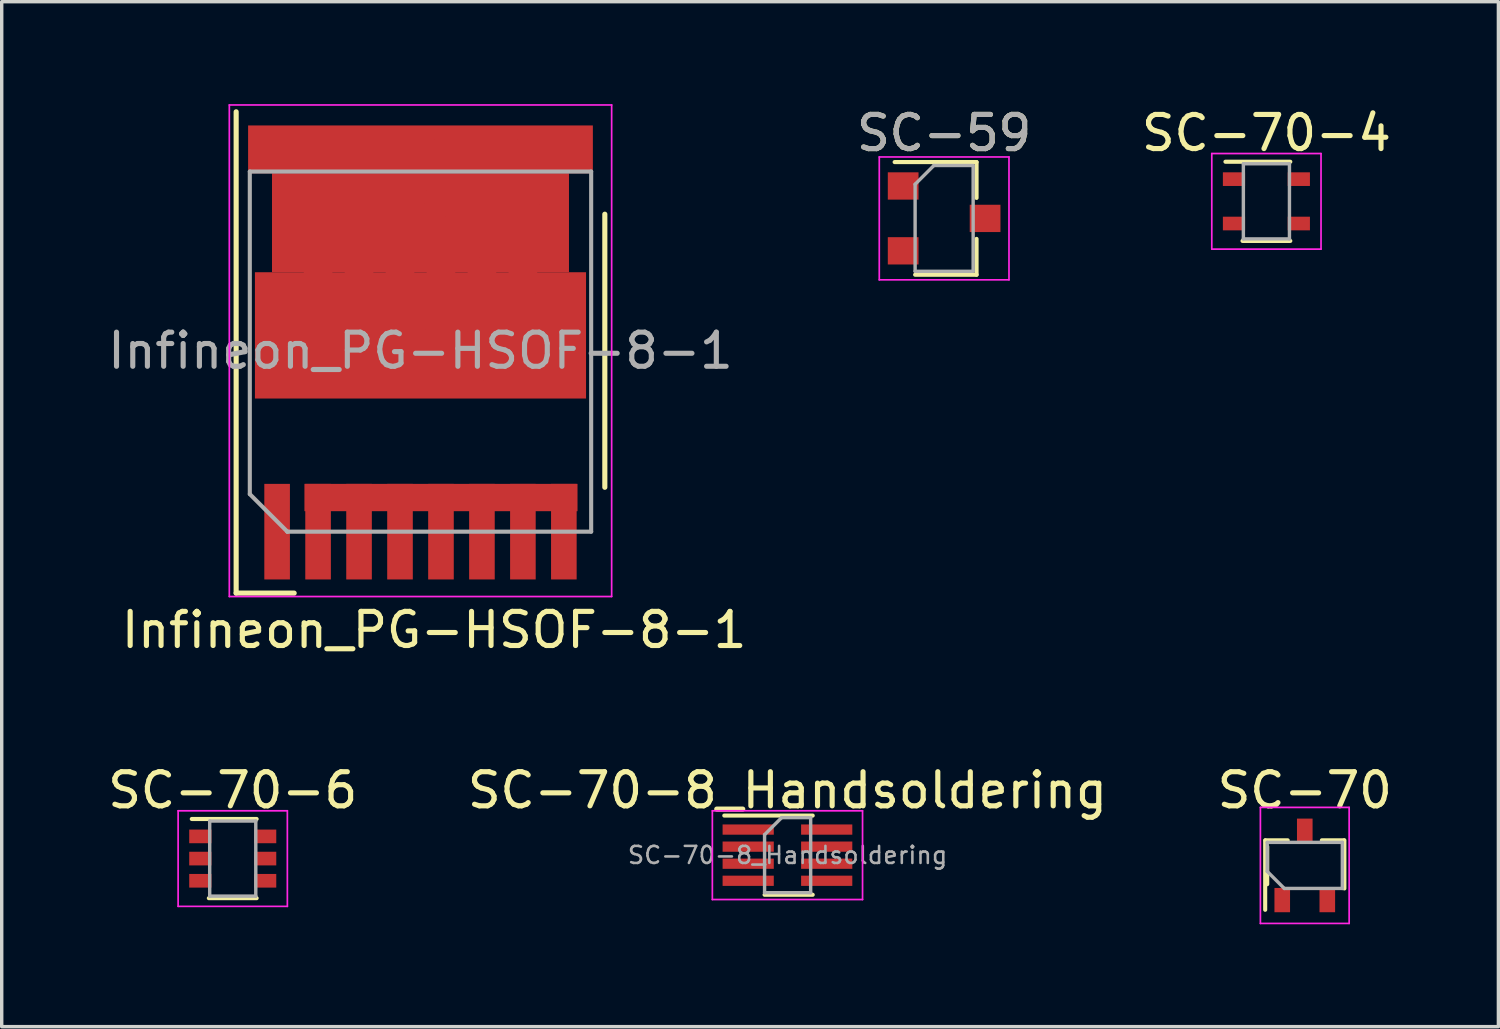
<source format=kicad_pcb>
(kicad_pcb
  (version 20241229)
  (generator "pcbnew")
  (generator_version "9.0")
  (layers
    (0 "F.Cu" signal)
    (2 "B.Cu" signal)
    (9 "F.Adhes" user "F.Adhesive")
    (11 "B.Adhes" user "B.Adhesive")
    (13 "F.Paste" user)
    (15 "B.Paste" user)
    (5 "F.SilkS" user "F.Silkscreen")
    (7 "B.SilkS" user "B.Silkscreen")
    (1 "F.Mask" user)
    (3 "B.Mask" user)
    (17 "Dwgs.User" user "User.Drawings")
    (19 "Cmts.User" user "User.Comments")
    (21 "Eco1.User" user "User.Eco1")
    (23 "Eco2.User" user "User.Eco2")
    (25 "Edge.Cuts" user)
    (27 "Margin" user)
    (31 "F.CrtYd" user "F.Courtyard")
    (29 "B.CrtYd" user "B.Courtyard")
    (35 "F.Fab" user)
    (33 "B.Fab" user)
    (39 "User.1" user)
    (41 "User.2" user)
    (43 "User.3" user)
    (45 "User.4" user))
  (footprint "SC-59"
    (layer "F.Cu")
    (at 24.608 3.348)
    (property "Reference" "SC-59" (at 0 -2.5 0) (layer "F.SilkS") (effects (font (size 1 1) (thickness 0.15))))
    (attr smd)
    (fp_line (start -1.45 -1.65) (end 0.95 -1.65) (stroke (width 0.12) (type solid)) (layer "F.SilkS"))
    (fp_line (start -0.85 1.65) (end 0.95 1.65) (stroke (width 0.12) (type solid)) (layer "F.SilkS"))
    (fp_line (start 0.95 -1.65) (end 0.95 -0.6) (stroke (width 0.12) (type solid)) (layer "F.SilkS"))
    (fp_line (start 0.95 1.65) (end 0.95 0.6) (stroke (width 0.12) (type solid)) (layer "F.SilkS"))
    (fp_line (start -1.9 -1.8) (end -1.9 1.8) (stroke (width 0.05) (type solid)) (layer "F.CrtYd"))
    (fp_line (start -1.9 -1.8) (end 1.9 -1.8) (stroke (width 0.05) (type solid)) (layer "F.CrtYd"))
    (fp_line (start 1.9 1.8) (end -1.9 1.8) (stroke (width 0.05) (type solid)) (layer "F.CrtYd"))
    (fp_line (start 1.9 1.8) (end 1.9 -1.8) (stroke (width 0.05) (type solid)) (layer "F.CrtYd"))
    (fp_line (start -0.85 1.55) (end -0.85 -1) (stroke (width 0.1) (type solid)) (layer "F.Fab"))
    (fp_line (start -0.85 1.55) (end 0.85 1.55) (stroke (width 0.1) (type solid)) (layer "F.Fab"))
    (fp_line (start -0.3 -1.55) (end -0.85 -1) (stroke (width 0.1) (type solid)) (layer "F.Fab"))
    (fp_line (start -0.3 -1.55) (end 0.85 -1.55) (stroke (width 0.1) (type solid)) (layer "F.Fab"))
    (fp_line (start 0.85 -1.52) (end 0.85 1.52) (stroke (width 0.1) (type solid)) (layer "F.Fab"))
    (fp_text user "${REFERENCE}" (at 0 -2.5 0) (layer "F.Fab") (effects (font (size 1 1) (thickness 0.15))))
    (pad "1" smd rect (at -1.2 -0.95) (size 0.9 0.8) (layers "F.Cu" "F.Mask" "F.Paste"))
    (pad "2" smd rect (at -1.2 0.95) (size 0.9 0.8) (layers "F.Cu" "F.Mask" "F.Paste"))
    (pad "3" smd rect (at 1.2 0) (size 0.9 0.8) (layers "F.Cu" "F.Mask" "F.Paste")))
  (footprint "SC-70-4"
    (layer "F.Cu")
    (at 34.049 2.848)
    (property "Reference" "SC-70-4" (at 0 -2 0) (layer "F.SilkS") (effects (font (size 1 1) (thickness 0.15))))
    (attr smd)
    (fp_line (start -0.7 1.16) (end 0.7 1.16) (stroke (width 0.12) (type solid)) (layer "F.SilkS"))
    (fp_line (start 0.7 -1.16) (end -1.2 -1.16) (stroke (width 0.12) (type solid)) (layer "F.SilkS"))
    (fp_line (start -1.6 -1.4) (end -1.6 1.4) (stroke (width 0.05) (type solid)) (layer "F.CrtYd"))
    (fp_line (start -1.6 -1.4) (end 1.6 -1.4) (stroke (width 0.05) (type solid)) (layer "F.CrtYd"))
    (fp_line (start -1.6 1.4) (end 1.6 1.4) (stroke (width 0.05) (type solid)) (layer "F.CrtYd"))
    (fp_line (start 1.6 1.4) (end 1.6 -1.4) (stroke (width 0.05) (type solid)) (layer "F.CrtYd"))
    (fp_line (start -0.675 -1.1) (end -0.675 1.1) (stroke (width 0.1) (type solid)) (layer "F.Fab"))
    (fp_line (start 0.675 -1.1) (end -0.675 -1.1) (stroke (width 0.1) (type solid)) (layer "F.Fab"))
    (fp_line (start 0.675 -1.1) (end 0.675 1.1) (stroke (width 0.1) (type solid)) (layer "F.Fab"))
    (fp_line (start 0.675 1.1) (end -0.675 1.1) (stroke (width 0.1) (type solid)) (layer "F.Fab"))
    (pad "1" smd rect (at -0.95 -0.65) (size 0.65 0.4) (layers "F.Cu" "F.Mask" "F.Paste"))
    (pad "2" smd rect (at -0.95 0.65) (size 0.65 0.4) (layers "F.Cu" "F.Mask" "F.Paste"))
    (pad "3" smd rect (at 0.95 0.65) (size 0.65 0.4) (layers "F.Cu" "F.Mask" "F.Paste"))
    (pad "4" smd rect (at 0.95 -0.65) (size 0.65 0.4) (layers "F.Cu" "F.Mask" "F.Paste")))
  (footprint "SC-70-8_Handsoldering"
    (layer "F.Cu")
    (at 20.018 22.002)
    (property "Reference" "SC-70-8_Handsoldering" (at 0 -1.9 0) (layer "F.SilkS") (effects (font (size 1 1) (thickness 0.15))))
    (attr smd)
    (fp_line (start -0.67 1.16) (end 0.74 1.16) (stroke (width 0.12) (type solid)) (layer "F.SilkS"))
    (fp_line (start 0.74 -1.16) (end -1.85 -1.16) (stroke (width 0.12) (type solid)) (layer "F.SilkS"))
    (fp_line (start -2.2 -1.3) (end 2.2 -1.3) (stroke (width 0.05) (type solid)) (layer "F.CrtYd"))
    (fp_line (start -2.2 1.3) (end -2.2 -1.3) (stroke (width 0.05) (type solid)) (layer "F.CrtYd"))
    (fp_line (start 2.2 -1.3) (end 2.2 1.3) (stroke (width 0.05) (type solid)) (layer "F.CrtYd"))
    (fp_line (start 2.2 1.3) (end -2.2 1.3) (stroke (width 0.05) (type solid)) (layer "F.CrtYd"))
    (fp_line (start -0.67 -0.6) (end -0.67 1.1) (stroke (width 0.1) (type solid)) (layer "F.Fab"))
    (fp_line (start -0.17 -1.1) (end -0.67 -0.6) (stroke (width 0.1) (type solid)) (layer "F.Fab"))
    (fp_line (start 0.68 -1.1) (end -0.17 -1.1) (stroke (width 0.1) (type solid)) (layer "F.Fab"))
    (fp_line (start 0.68 -1.1) (end 0.68 1.1) (stroke (width 0.1) (type solid)) (layer "F.Fab"))
    (fp_line (start 0.68 1.1) (end -0.67 1.1) (stroke (width 0.1) (type solid)) (layer "F.Fab"))
    (fp_text user "${REFERENCE}" (at 0.005 0 0) (layer "F.Fab") (effects (font (size 0.5 0.5) (thickness 0.075))))
    (pad "1" smd rect (at -1.15 -0.75 270) (size 0.3 1.5) (layers "F.Cu" "F.Mask" "F.Paste"))
    (pad "2" smd rect (at -1.15 -0.25 270) (size 0.3 1.5) (layers "F.Cu" "F.Mask" "F.Paste"))
    (pad "3" smd rect (at -1.15 0.25 270) (size 0.3 1.5) (layers "F.Cu" "F.Mask" "F.Paste"))
    (pad "4" smd rect (at -1.15 0.75 270) (size 0.3 1.5) (layers "F.Cu" "F.Mask" "F.Paste"))
    (pad "5" smd rect (at 1.15 0.75 270) (size 0.3 1.5) (layers "F.Cu" "F.Mask" "F.Paste"))
    (pad "6" smd rect (at 1.15 0.25 270) (size 0.3 1.5) (layers "F.Cu" "F.Mask" "F.Paste"))
    (pad "7" smd rect (at 1.15 -0.25 270) (size 0.3 1.5) (layers "F.Cu" "F.Mask" "F.Paste"))
    (pad "8" smd rect (at 1.15 -0.75 270) (size 0.3 1.5) (layers "F.Cu" "F.Mask" "F.Paste")))
  (footprint "SC-70-6"
    (layer "F.Cu")
    (at 3.768 22.102)
    (property "Reference" "SC-70-6" (at 0 -2 0) (layer "F.SilkS") (effects (font (size 1 1) (thickness 0.15))))
    (attr smd)
    (fp_line (start -0.7 1.16) (end 0.7 1.16) (stroke (width 0.12) (type solid)) (layer "F.SilkS"))
    (fp_line (start 0.7 -1.16) (end -1.2 -1.16) (stroke (width 0.12) (type solid)) (layer "F.SilkS"))
    (fp_line (start -1.6 -1.4) (end -1.6 1.4) (stroke (width 0.05) (type solid)) (layer "F.CrtYd"))
    (fp_line (start -1.6 -1.4) (end 1.6 -1.4) (stroke (width 0.05) (type solid)) (layer "F.CrtYd"))
    (fp_line (start -1.6 1.4) (end 1.6 1.4) (stroke (width 0.05) (type solid)) (layer "F.CrtYd"))
    (fp_line (start 1.6 1.4) (end 1.6 -1.4) (stroke (width 0.05) (type solid)) (layer "F.CrtYd"))
    (fp_line (start -0.675 -1.1) (end -0.675 1.1) (stroke (width 0.1) (type solid)) (layer "F.Fab"))
    (fp_line (start 0.675 -1.1) (end -0.675 -1.1) (stroke (width 0.1) (type solid)) (layer "F.Fab"))
    (fp_line (start 0.675 -1.1) (end 0.675 1.1) (stroke (width 0.1) (type solid)) (layer "F.Fab"))
    (fp_line (start 0.675 1.1) (end -0.675 1.1) (stroke (width 0.1) (type solid)) (layer "F.Fab"))
    (pad "1" smd rect (at -0.95 -0.65) (size 0.65 0.4) (layers "F.Cu" "F.Mask" "F.Paste"))
    (pad "2" smd rect (at -0.95 0) (size 0.65 0.4) (layers "F.Cu" "F.Mask" "F.Paste"))
    (pad "3" smd rect (at -0.95 0.65) (size 0.65 0.4) (layers "F.Cu" "F.Mask" "F.Paste"))
    (pad "4" smd rect (at 0.95 0.65) (size 0.65 0.4) (layers "F.Cu" "F.Mask" "F.Paste"))
    (pad "5" smd rect (at 0.95 0) (size 0.65 0.4) (layers "F.Cu" "F.Mask" "F.Paste"))
    (pad "6" smd rect (at 0.95 -0.65) (size 0.65 0.4) (layers "F.Cu" "F.Mask" "F.Paste")))
  (footprint "Infineon_PG-HSOF-8-1"
    (layer "F.Cu")
    (at 9.268 6.925)
    (property "Reference" "Infineon_PG-HSOF-8-1" (at 0.4 8.48 0) (layer "F.SilkS") (effects (font (size 1 1) (thickness 0.15))))
    (attr smd)
    (fp_line (start -5.4 -6.7) (end -5.4 7.4) (stroke (width 0.15) (type solid)) (layer "F.SilkS"))
    (fp_line (start -5.4 7.4) (end -3.7 7.4) (stroke (width 0.15) (type solid)) (layer "F.SilkS"))
    (fp_line (start 5.4 4.3) (end 5.4 -3.7) (stroke (width 0.15) (type solid)) (layer "F.SilkS"))
    (fp_line (start -5.6 -6.9) (end -5.6 7.5) (stroke (width 0.05) (type solid)) (layer "F.CrtYd"))
    (fp_line (start -5.6 -6.9) (end 5.6 -6.9) (stroke (width 0.05) (type solid)) (layer "F.CrtYd"))
    (fp_line (start 5.6 7.5) (end -5.6 7.5) (stroke (width 0.05) (type solid)) (layer "F.CrtYd"))
    (fp_line (start 5.6 7.5) (end 5.6 -6.9) (stroke (width 0.05) (type solid)) (layer "F.CrtYd"))
    (fp_line (start -5 -4.95) (end 5 -4.95) (stroke (width 0.12) (type solid)) (layer "F.Fab"))
    (fp_line (start -5 4.5) (end -5 -4.95) (stroke (width 0.12) (type solid)) (layer "F.Fab"))
    (fp_line (start -5 4.5) (end -3.9 5.6) (stroke (width 0.12) (type solid)) (layer "F.Fab"))
    (fp_line (start -3.9 5.6) (end -3.9 5.6) (stroke (width 0.12) (type solid)) (layer "F.Fab"))
    (fp_line (start 5 -4.95) (end 5 5.6) (stroke (width 0.12) (type solid)) (layer "F.Fab"))
    (fp_line (start 5 5.6) (end -3.9 5.6) (stroke (width 0.12) (type solid)) (layer "F.Fab"))
    (fp_text user "${REFERENCE}" (at 0 0.3 0) (layer "F.Fab") (effects (font (size 1 1) (thickness 0.15))))
    (pad "1" smd rect (at -4.2 5.6) (size 0.75 2.8) (layers "F.Cu" "F.Mask" "F.Paste"))
    (pad "2" smd rect (at -3 5.6) (size 0.75 2.8) (layers "F.Cu" "F.Mask" "F.Paste"))
    (pad "2" smd rect (at 0.6 4.6) (size 8 0.8) (layers "F.Cu" "F.Mask"))
    (pad "3" smd rect (at -1.8 5.6) (size 0.75 2.8) (layers "F.Cu" "F.Mask" "F.Paste"))
    (pad "4" smd rect (at -0.6 5.6) (size 0.75 2.8) (layers "F.Cu" "F.Mask" "F.Paste"))
    (pad "5" smd rect (at 0.6 5.6) (size 0.75 2.8) (layers "F.Cu" "F.Mask" "F.Paste"))
    (pad "6" smd rect (at 1.8 5.6) (size 0.75 2.8) (layers "F.Cu" "F.Mask" "F.Paste"))
    (pad "7" smd rect (at 3 5.6) (size 0.75 2.8) (layers "F.Cu" "F.Mask" "F.Paste"))
    (pad "8" smd rect (at 4.2 5.6) (size 0.75 2.8) (layers "F.Cu" "F.Mask" "F.Paste"))
    (pad "9" smd circle (at -4.2 -5.42) (size 1 1) (layers "F.Cu" "F.Mask" "F.Paste"))
    (pad "9" smd circle (at -4.2 -0.52) (size 1 1) (layers "F.Cu" "F.Mask" "F.Paste"))
    (pad "9" smd circle (at -4.2 0.68) (size 1 1) (layers "F.Cu" "F.Mask" "F.Paste"))
    (pad "9" smd circle (at -3 -5.42) (size 1 1) (layers "F.Cu" "F.Mask" "F.Paste"))
    (pad "9" smd circle (at -3 -4.12) (size 1 1) (layers "F.Cu" "F.Mask" "F.Paste"))
    (pad "9" smd circle (at -3 -2.92) (size 1 1) (layers "F.Cu" "F.Mask" "F.Paste"))
    (pad "9" smd circle (at -3 -1.72) (size 1 1) (layers "F.Cu" "F.Mask" "F.Paste"))
    (pad "9" smd circle (at -3 -0.52) (size 1 1) (layers "F.Cu" "F.Mask" "F.Paste"))
    (pad "9" smd circle (at -3 0.68) (size 1 1) (layers "F.Cu" "F.Mask" "F.Paste"))
    (pad "9" smd circle (at -1.8 -5.42) (size 1 1) (layers "F.Cu" "F.Mask" "F.Paste"))
    (pad "9" smd circle (at -1.8 -4.12) (size 1 1) (layers "F.Cu" "F.Mask" "F.Paste"))
    (pad "9" smd circle (at -1.8 -2.92) (size 1 1) (layers "F.Cu" "F.Mask" "F.Paste"))
    (pad "9" smd circle (at -1.8 -1.72) (size 1 1) (layers "F.Cu" "F.Mask" "F.Paste"))
    (pad "9" smd circle (at -1.8 -0.52) (size 1 1) (layers "F.Cu" "F.Mask" "F.Paste"))
    (pad "9" smd circle (at -1.8 0.68) (size 1 1) (layers "F.Cu" "F.Mask" "F.Paste"))
    (pad "9" smd circle (at -0.6 -5.42) (size 1 1) (layers "F.Cu" "F.Mask" "F.Paste"))
    (pad "9" smd circle (at -0.6 -4.12) (size 1 1) (layers "F.Cu" "F.Mask" "F.Paste"))
    (pad "9" smd circle (at -0.6 -2.92) (size 1 1) (layers "F.Cu" "F.Mask" "F.Paste"))
    (pad "9" smd circle (at -0.6 -1.72) (size 1 1) (layers "F.Cu" "F.Mask" "F.Paste"))
    (pad "9" smd circle (at -0.6 -0.52) (size 1 1) (layers "F.Cu" "F.Mask" "F.Paste"))
    (pad "9" smd circle (at -0.6 0.68) (size 1 1) (layers "F.Cu" "F.Mask" "F.Paste"))
    (pad "9" smd rect (at 0 -5.6) (size 10.1 1.4) (layers "F.Cu" "F.Mask"))
    (pad "9" smd rect (at 0 -3.45) (size 8.7 2.9) (layers "F.Cu" "F.Mask"))
    (pad "9" smd rect (at 0 -0.15) (size 9.7 3.7) (layers "F.Cu" "F.Mask"))
    (pad "9" smd circle (at 0.6 -5.42) (size 1 1) (layers "F.Cu" "F.Mask" "F.Paste"))
    (pad "9" smd circle (at 0.6 -4.12) (size 1 1) (layers "F.Cu" "F.Mask" "F.Paste"))
    (pad "9" smd circle (at 0.6 -2.92) (size 1 1) (layers "F.Cu" "F.Mask" "F.Paste"))
    (pad "9" smd circle (at 0.6 -1.72) (size 1 1) (layers "F.Cu" "F.Mask" "F.Paste"))
    (pad "9" smd circle (at 0.6 -0.52) (size 1 1) (layers "F.Cu" "F.Mask" "F.Paste"))
    (pad "9" smd circle (at 0.6 0.68) (size 1 1) (layers "F.Cu" "F.Mask" "F.Paste"))
    (pad "9" smd circle (at 1.8 -5.42) (size 1 1) (layers "F.Cu" "F.Mask" "F.Paste"))
    (pad "9" smd circle (at 1.8 -4.12) (size 1 1) (layers "F.Cu" "F.Mask" "F.Paste"))
    (pad "9" smd circle (at 1.8 -2.92) (size 1 1) (layers "F.Cu" "F.Mask" "F.Paste"))
    (pad "9" smd circle (at 1.8 -1.72) (size 1 1) (layers "F.Cu" "F.Mask" "F.Paste"))
    (pad "9" smd circle (at 1.8 -0.52) (size 1 1) (layers "F.Cu" "F.Mask" "F.Paste"))
    (pad "9" smd circle (at 1.8 0.68) (size 1 1) (layers "F.Cu" "F.Mask" "F.Paste"))
    (pad "9" smd circle (at 3 -5.42) (size 1 1) (layers "F.Cu" "F.Mask" "F.Paste"))
    (pad "9" smd circle (at 3 -4.12) (size 1 1) (layers "F.Cu" "F.Mask" "F.Paste"))
    (pad "9" smd circle (at 3 -2.92) (size 1 1) (layers "F.Cu" "F.Mask" "F.Paste"))
    (pad "9" smd circle (at 3 -1.72) (size 1 1) (layers "F.Cu" "F.Mask" "F.Paste"))
    (pad "9" smd circle (at 3 -0.52) (size 1 1) (layers "F.Cu" "F.Mask" "F.Paste"))
    (pad "9" smd circle (at 3 0.68) (size 1 1) (layers "F.Cu" "F.Mask" "F.Paste"))
    (pad "9" smd circle (at 4.2 -5.42) (size 1 1) (layers "F.Cu" "F.Mask" "F.Paste"))
    (pad "9" smd circle (at 4.2 -0.52) (size 1 1) (layers "F.Cu" "F.Mask" "F.Paste"))
    (pad "9" smd circle (at 4.2 0.68) (size 1 1) (layers "F.Cu" "F.Mask" "F.Paste")))
  (footprint "SC-70"
    (layer "F.Cu")
    (at 35.173 22.302)
    (property "Reference" "SC-70" (at 0 -2.2 0) (layer "F.SilkS") (effects (font (size 1 1) (thickness 0.15))))
    (attr smd)
    (fp_line (start -1.16 -0.735) (end -1.16 1.3) (stroke (width 0.12) (type solid)) (layer "F.SilkS"))
    (fp_line (start -1.15 -0.735) (end -0.5 -0.735) (stroke (width 0.12) (type solid)) (layer "F.SilkS"))
    (fp_line (start -1.1 -0.55) (end -1.1 0.55) (stroke (width 0.12) (type solid)) (layer "F.SilkS"))
    (fp_line (start 0.5 -0.735) (end 1.15 -0.735) (stroke (width 0.12) (type solid)) (layer "F.SilkS"))
    (fp_line (start 1.16 0.675) (end 1.16 -0.735) (stroke (width 0.12) (type solid)) (layer "F.SilkS"))
    (fp_line (start -1.3 -1.7) (end 1.3 -1.7) (stroke (width 0.05) (type solid)) (layer "F.CrtYd"))
    (fp_line (start -1.3 1.7) (end -1.3 -1.7) (stroke (width 0.05) (type solid)) (layer "F.CrtYd"))
    (fp_line (start 1.3 -1.7) (end 1.3 1.7) (stroke (width 0.05) (type solid)) (layer "F.CrtYd"))
    (fp_line (start 1.3 1.7) (end -1.3 1.7) (stroke (width 0.05) (type solid)) (layer "F.CrtYd"))
    (fp_line (start -1.1 -0.675) (end -1.1 0.175) (stroke (width 0.1) (type solid)) (layer "F.Fab"))
    (fp_line (start -1.1 -0.675) (end 1.1 -0.675) (stroke (width 0.1) (type solid)) (layer "F.Fab"))
    (fp_line (start -1.1 0.175) (end -0.6 0.675) (stroke (width 0.1) (type solid)) (layer "F.Fab"))
    (fp_line (start -0.6 0.675) (end 1.1 0.675) (stroke (width 0.1) (type solid)) (layer "F.Fab"))
    (fp_line (start 1.1 -0.675) (end 1.1 0.675) (stroke (width 0.1) (type solid)) (layer "F.Fab"))
    (pad "1" smd rect (at -0.66 1.016) (size 0.457 0.711) (layers "F.Cu" "F.Mask" "F.Paste"))
    (pad "2" smd rect (at 0.66 1.016) (size 0.457 0.711) (layers "F.Cu" "F.Mask" "F.Paste"))
    (pad "3" smd rect (at 0 -1.016) (size 0.457 0.711) (layers "F.Cu" "F.Mask" "F.Paste")))
  (gr_rect
    (start -3 -3)
    (end 40.845 27.026)
    (stroke (width 0.1) (type default))
    (fill no)
    (layer "Edge.Cuts")))
</source>
